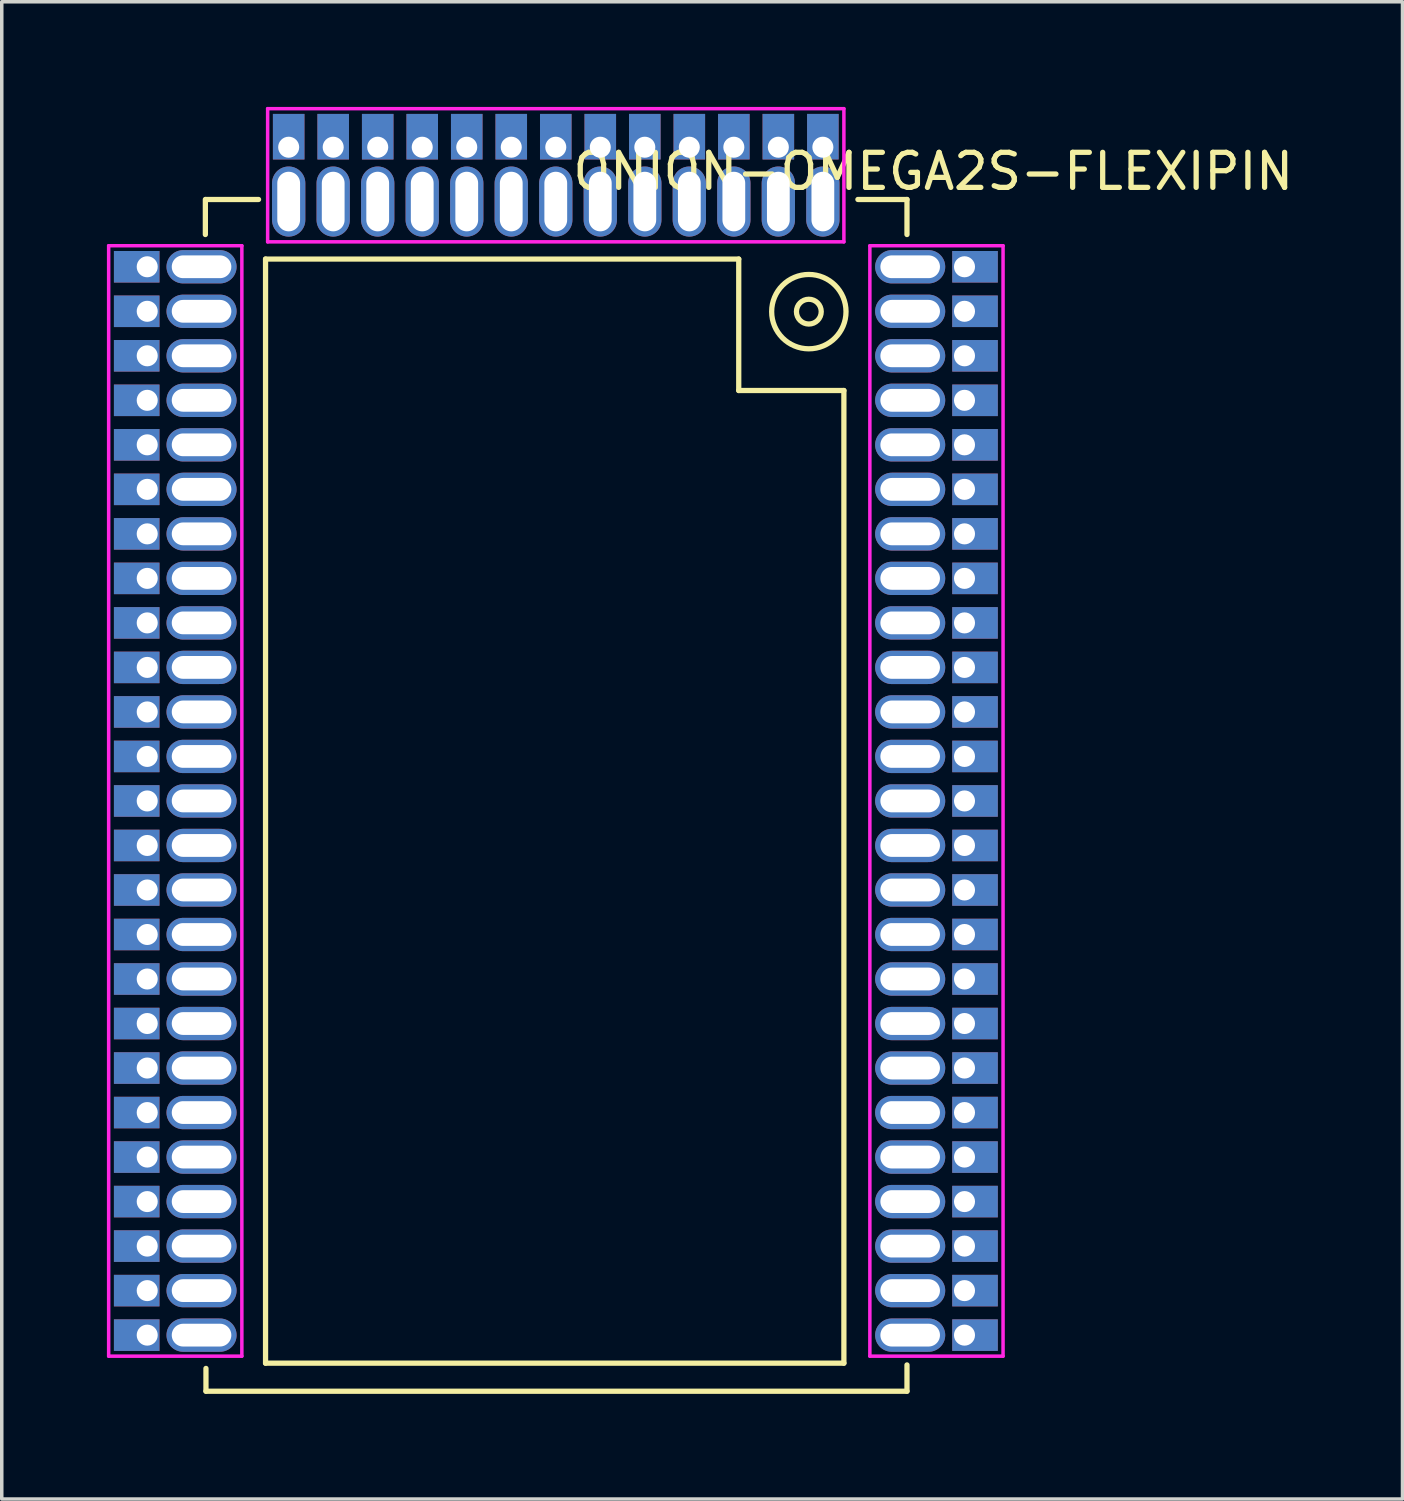
<source format=kicad_pcb>
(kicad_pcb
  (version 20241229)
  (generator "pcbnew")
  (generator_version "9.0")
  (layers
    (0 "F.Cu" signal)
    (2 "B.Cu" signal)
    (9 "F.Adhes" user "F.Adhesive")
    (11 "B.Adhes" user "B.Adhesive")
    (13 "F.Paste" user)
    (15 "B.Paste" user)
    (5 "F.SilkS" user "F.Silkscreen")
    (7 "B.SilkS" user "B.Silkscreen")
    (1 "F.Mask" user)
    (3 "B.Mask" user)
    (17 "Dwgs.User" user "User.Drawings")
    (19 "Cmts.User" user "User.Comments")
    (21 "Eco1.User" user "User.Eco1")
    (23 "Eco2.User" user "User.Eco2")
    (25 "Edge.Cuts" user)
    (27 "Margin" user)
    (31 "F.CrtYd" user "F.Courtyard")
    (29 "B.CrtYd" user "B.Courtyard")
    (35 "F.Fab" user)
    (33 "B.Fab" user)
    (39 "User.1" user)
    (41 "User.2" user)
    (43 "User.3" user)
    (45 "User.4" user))
  (footprint "ONION-OMEGA2S-FLEXIPIN"
    (layer "F.Cu")
    (at 1.146 4.561)
    (property "Reference" "ONION-OMEGA2S-FLEXIPIN" (at 22.43 -2.72 0) (layer "F.SilkS") (effects (font (size 1 1) (thickness 0.15))))
    (attr through_hole)
    (fp_line (start 1.663 -1.92) (end 1.663 -0.92) (stroke (width 0.15) (type solid)) (layer "F.SilkS"))
    (fp_line (start 1.68 -1.92) (end 3.18 -1.92) (stroke (width 0.15) (type solid)) (layer "F.SilkS"))
    (fp_line (start 1.68 32.08) (end 1.68 31.43) (stroke (width 0.15) (type solid)) (layer "F.SilkS"))
    (fp_line (start 1.68 32.08) (end 21.68 32.08) (stroke (width 0.15) (type solid)) (layer "F.SilkS"))
    (fp_line (start 3.38 -0.22) (end 3.38 31.28) (stroke (width 0.15) (type solid)) (layer "F.SilkS"))
    (fp_line (start 3.38 -0.22) (end 16.88 -0.22) (stroke (width 0.15) (type solid)) (layer "F.SilkS"))
    (fp_line (start 3.38 31.28) (end 19.88 31.28) (stroke (width 0.15) (type solid)) (layer "F.SilkS"))
    (fp_line (start 16.88 -0.22) (end 16.88 3.53) (stroke (width 0.15) (type solid)) (layer "F.SilkS"))
    (fp_line (start 19.88 3.53) (end 16.88 3.53) (stroke (width 0.15) (type solid)) (layer "F.SilkS"))
    (fp_line (start 19.88 31.28) (end 19.88 3.53) (stroke (width 0.15) (type solid)) (layer "F.SilkS"))
    (fp_line (start 21.68 -1.92) (end 20.28 -1.92) (stroke (width 0.15) (type solid)) (layer "F.SilkS"))
    (fp_line (start 21.68 -1.92) (end 21.68 -0.92) (stroke (width 0.15) (type solid)) (layer "F.SilkS"))
    (fp_line (start 21.68 32.08) (end 21.68 31.33) (stroke (width 0.15) (type solid)) (layer "F.SilkS"))
    (fp_circle (center 18.88 1.28) (end 19.13 1.03) (stroke (width 0.15) (type solid)) (fill no) (layer "F.SilkS"))
    (fp_circle (center 18.88 1.28) (end 19.63 0.53) (stroke (width 0.15) (type solid)) (fill no) (layer "F.SilkS"))
    (fp_line (start -1.096 -0.6) (end 2.704 -0.6) (stroke (width 0.1) (type solid)) (layer "F.CrtYd"))
    (fp_line (start -1.096 31.08) (end -1.096 -0.6) (stroke (width 0.1) (type solid)) (layer "F.CrtYd"))
    (fp_line (start 2.704 -0.6) (end 2.704 31.08) (stroke (width 0.1) (type solid)) (layer "F.CrtYd"))
    (fp_line (start 2.704 31.08) (end -1.096 31.08) (stroke (width 0.1) (type solid)) (layer "F.CrtYd"))
    (fp_line (start 3.44 -4.511) (end 19.88 -4.511) (stroke (width 0.1) (type solid)) (layer "F.CrtYd"))
    (fp_line (start 3.44 -0.711) (end 3.44 -4.511) (stroke (width 0.1) (type solid)) (layer "F.CrtYd"))
    (fp_line (start 19.88 -4.511) (end 19.88 -0.711) (stroke (width 0.1) (type solid)) (layer "F.CrtYd"))
    (fp_line (start 19.88 -0.711) (end 3.44 -0.711) (stroke (width 0.1) (type solid)) (layer "F.CrtYd"))
    (fp_line (start 20.621 -0.6) (end 20.621 31.08) (stroke (width 0.1) (type solid)) (layer "F.CrtYd"))
    (fp_line (start 20.621 31.08) (end 24.421 31.08) (stroke (width 0.1) (type solid)) (layer "F.CrtYd"))
    (fp_line (start 24.421 -0.6) (end 20.621 -0.6) (stroke (width 0.1) (type solid)) (layer "F.CrtYd"))
    (fp_line (start 24.421 31.08) (end 24.421 -0.6) (stroke (width 0.1) (type solid)) (layer "F.CrtYd"))
    (pad "" thru_hole oval (at 1.554 0) (size 2 0.95) (drill oval 1.7 0.65) (layers "*.Cu" "*.Mask"))
    (pad "" thru_hole oval (at 1.554 1.27) (size 2 0.95) (drill oval 1.7 0.65) (layers "*.Cu" "*.Mask"))
    (pad "" thru_hole oval (at 1.554 2.54) (size 2 0.95) (drill oval 1.7 0.65) (layers "*.Cu" "*.Mask"))
    (pad "" thru_hole oval (at 1.554 3.81) (size 2 0.95) (drill oval 1.7 0.65) (layers "*.Cu" "*.Mask"))
    (pad "" thru_hole oval (at 1.554 5.08) (size 2 0.95) (drill oval 1.7 0.65) (layers "*.Cu" "*.Mask"))
    (pad "" thru_hole oval (at 1.554 6.35) (size 2 0.95) (drill oval 1.7 0.65) (layers "*.Cu" "*.Mask"))
    (pad "" thru_hole oval (at 1.554 7.62) (size 2 0.95) (drill oval 1.7 0.65) (layers "*.Cu" "*.Mask"))
    (pad "" thru_hole oval (at 1.554 8.89) (size 2 0.95) (drill oval 1.7 0.65) (layers "*.Cu" "*.Mask"))
    (pad "" thru_hole oval (at 1.554 10.16) (size 2 0.95) (drill oval 1.7 0.65) (layers "*.Cu" "*.Mask"))
    (pad "" thru_hole oval (at 1.554 11.43) (size 2 0.95) (drill oval 1.7 0.65) (layers "*.Cu" "*.Mask"))
    (pad "" thru_hole oval (at 1.554 12.7) (size 2 0.95) (drill oval 1.7 0.65) (layers "*.Cu" "*.Mask"))
    (pad "" thru_hole oval (at 1.554 13.97) (size 2 0.95) (drill oval 1.7 0.65) (layers "*.Cu" "*.Mask"))
    (pad "" thru_hole oval (at 1.554 15.24) (size 2 0.95) (drill oval 1.7 0.65) (layers "*.Cu" "*.Mask"))
    (pad "" thru_hole oval (at 1.554 16.51) (size 2 0.95) (drill oval 1.7 0.65) (layers "*.Cu" "*.Mask"))
    (pad "" thru_hole oval (at 1.554 17.78) (size 2 0.95) (drill oval 1.7 0.65) (layers "*.Cu" "*.Mask"))
    (pad "" thru_hole oval (at 1.554 19.05) (size 2 0.95) (drill oval 1.7 0.65) (layers "*.Cu" "*.Mask"))
    (pad "" thru_hole oval (at 1.554 20.32) (size 2 0.95) (drill oval 1.7 0.65) (layers "*.Cu" "*.Mask"))
    (pad "" thru_hole oval (at 1.554 21.59) (size 2 0.95) (drill oval 1.7 0.65) (layers "*.Cu" "*.Mask"))
    (pad "" thru_hole oval (at 1.554 22.86) (size 2 0.95) (drill oval 1.7 0.65) (layers "*.Cu" "*.Mask"))
    (pad "" thru_hole oval (at 1.554 24.13) (size 2 0.95) (drill oval 1.7 0.65) (layers "*.Cu" "*.Mask"))
    (pad "" thru_hole oval (at 1.554 25.4) (size 2 0.95) (drill oval 1.7 0.65) (layers "*.Cu" "*.Mask"))
    (pad "" thru_hole oval (at 1.554 26.67) (size 2 0.95) (drill oval 1.7 0.65) (layers "*.Cu" "*.Mask"))
    (pad "" thru_hole oval (at 1.554 27.94) (size 2 0.95) (drill oval 1.7 0.65) (layers "*.Cu" "*.Mask"))
    (pad "" thru_hole oval (at 1.554 29.21) (size 2 0.95) (drill oval 1.7 0.65) (layers "*.Cu" "*.Mask"))
    (pad "" thru_hole oval (at 1.554 30.48) (size 2 0.95) (drill oval 1.7 0.65) (layers "*.Cu" "*.Mask"))
    (pad "" thru_hole oval (at 4.04 -1.861 270) (size 2 0.95) (drill oval 1.7 0.65) (layers "*.Cu" "*.Mask"))
    (pad "" thru_hole oval (at 5.31 -1.861 270) (size 2 0.95) (drill oval 1.7 0.65) (layers "*.Cu" "*.Mask"))
    (pad "" thru_hole oval (at 6.58 -1.861 270) (size 2 0.95) (drill oval 1.7 0.65) (layers "*.Cu" "*.Mask"))
    (pad "" thru_hole oval (at 7.85 -1.861 270) (size 2 0.95) (drill oval 1.7 0.65) (layers "*.Cu" "*.Mask"))
    (pad "" thru_hole oval (at 9.12 -1.861 270) (size 2 0.95) (drill oval 1.7 0.65) (layers "*.Cu" "*.Mask"))
    (pad "" thru_hole oval (at 10.39 -1.861 270) (size 2 0.95) (drill oval 1.7 0.65) (layers "*.Cu" "*.Mask"))
    (pad "" thru_hole oval (at 11.66 -1.861 270) (size 2 0.95) (drill oval 1.7 0.65) (layers "*.Cu" "*.Mask"))
    (pad "" thru_hole oval (at 12.93 -1.861 270) (size 2 0.95) (drill oval 1.7 0.65) (layers "*.Cu" "*.Mask"))
    (pad "" thru_hole oval (at 14.2 -1.861 270) (size 2 0.95) (drill oval 1.7 0.65) (layers "*.Cu" "*.Mask"))
    (pad "" thru_hole oval (at 15.47 -1.861 270) (size 2 0.95) (drill oval 1.7 0.65) (layers "*.Cu" "*.Mask"))
    (pad "" thru_hole oval (at 16.74 -1.861 270) (size 2 0.95) (drill oval 1.7 0.65) (layers "*.Cu" "*.Mask"))
    (pad "" thru_hole oval (at 18.01 -1.861 270) (size 2 0.95) (drill oval 1.7 0.65) (layers "*.Cu" "*.Mask"))
    (pad "" thru_hole oval (at 19.28 -1.861 270) (size 2 0.95) (drill oval 1.7 0.65) (layers "*.Cu" "*.Mask"))
    (pad "" thru_hole oval (at 21.771 0) (size 2 0.95) (drill oval 1.7 0.65) (layers "*.Cu" "*.Mask"))
    (pad "" thru_hole oval (at 21.771 1.27) (size 2 0.95) (drill oval 1.7 0.65) (layers "*.Cu" "*.Mask"))
    (pad "" thru_hole oval (at 21.771 2.54) (size 2 0.95) (drill oval 1.7 0.65) (layers "*.Cu" "*.Mask"))
    (pad "" thru_hole oval (at 21.771 3.81) (size 2 0.95) (drill oval 1.7 0.65) (layers "*.Cu" "*.Mask"))
    (pad "" thru_hole oval (at 21.771 5.08) (size 2 0.95) (drill oval 1.7 0.65) (layers "*.Cu" "*.Mask"))
    (pad "" thru_hole oval (at 21.771 6.35) (size 2 0.95) (drill oval 1.7 0.65) (layers "*.Cu" "*.Mask"))
    (pad "" thru_hole oval (at 21.771 7.62) (size 2 0.95) (drill oval 1.7 0.65) (layers "*.Cu" "*.Mask"))
    (pad "" thru_hole oval (at 21.771 8.89) (size 2 0.95) (drill oval 1.7 0.65) (layers "*.Cu" "*.Mask"))
    (pad "" thru_hole oval (at 21.771 10.16) (size 2 0.95) (drill oval 1.7 0.65) (layers "*.Cu" "*.Mask"))
    (pad "" thru_hole oval (at 21.771 11.43) (size 2 0.95) (drill oval 1.7 0.65) (layers "*.Cu" "*.Mask"))
    (pad "" thru_hole oval (at 21.771 12.7) (size 2 0.95) (drill oval 1.7 0.65) (layers "*.Cu" "*.Mask"))
    (pad "" thru_hole oval (at 21.771 13.97) (size 2 0.95) (drill oval 1.7 0.65) (layers "*.Cu" "*.Mask"))
    (pad "" thru_hole oval (at 21.771 15.24) (size 2 0.95) (drill oval 1.7 0.65) (layers "*.Cu" "*.Mask"))
    (pad "" thru_hole oval (at 21.771 16.51) (size 2 0.95) (drill oval 1.7 0.65) (layers "*.Cu" "*.Mask"))
    (pad "" thru_hole oval (at 21.771 17.78) (size 2 0.95) (drill oval 1.7 0.65) (layers "*.Cu" "*.Mask"))
    (pad "" thru_hole oval (at 21.771 19.05) (size 2 0.95) (drill oval 1.7 0.65) (layers "*.Cu" "*.Mask"))
    (pad "" thru_hole oval (at 21.771 20.32) (size 2 0.95) (drill oval 1.7 0.65) (layers "*.Cu" "*.Mask"))
    (pad "" thru_hole oval (at 21.771 21.59) (size 2 0.95) (drill oval 1.7 0.65) (layers "*.Cu" "*.Mask"))
    (pad "" thru_hole oval (at 21.771 22.86) (size 2 0.95) (drill oval 1.7 0.65) (layers "*.Cu" "*.Mask"))
    (pad "" thru_hole oval (at 21.771 24.13) (size 2 0.95) (drill oval 1.7 0.65) (layers "*.Cu" "*.Mask"))
    (pad "" thru_hole oval (at 21.771 25.4) (size 2 0.95) (drill oval 1.7 0.65) (layers "*.Cu" "*.Mask"))
    (pad "" thru_hole oval (at 21.771 26.67) (size 2 0.95) (drill oval 1.7 0.65) (layers "*.Cu" "*.Mask"))
    (pad "" thru_hole oval (at 21.771 27.94) (size 2 0.95) (drill oval 1.7 0.65) (layers "*.Cu" "*.Mask"))
    (pad "" thru_hole oval (at 21.771 29.21) (size 2 0.95) (drill oval 1.7 0.65) (layers "*.Cu" "*.Mask"))
    (pad "" thru_hole oval (at 21.771 30.48) (size 2 0.95) (drill oval 1.7 0.65) (layers "*.Cu" "*.Mask"))
    (pad "A1" thru_hole rect (at 19.28 -3.411 270) (size 1.3 0.9) (drill 0.6 (offset -0.3 0)) (layers "*.Cu" "*.Mask"))
    (pad "A2" thru_hole rect (at 18.01 -3.411 270) (size 1.3 0.9) (drill 0.6 (offset -0.3 0)) (layers "*.Cu" "*.Mask"))
    (pad "A3" thru_hole rect (at 16.74 -3.411 270) (size 1.3 0.9) (drill 0.6 (offset -0.3 0)) (layers "*.Cu" "*.Mask"))
    (pad "A4" thru_hole rect (at 15.47 -3.411 270) (size 1.3 0.9) (drill 0.6 (offset -0.3 0)) (layers "*.Cu" "*.Mask"))
    (pad "A5" thru_hole rect (at 14.2 -3.411 270) (size 1.3 0.9) (drill 0.6 (offset -0.3 0)) (layers "*.Cu" "*.Mask"))
    (pad "A6" thru_hole rect (at 12.93 -3.411 270) (size 1.3 0.9) (drill 0.6 (offset -0.3 0)) (layers "*.Cu" "*.Mask"))
    (pad "A7" thru_hole rect (at 11.66 -3.411 270) (size 1.3 0.9) (drill 0.6 (offset -0.3 0)) (layers "*.Cu" "*.Mask"))
    (pad "A8" thru_hole rect (at 10.39 -3.411 270) (size 1.3 0.9) (drill 0.6 (offset -0.3 0)) (layers "*.Cu" "*.Mask"))
    (pad "A9" thru_hole rect (at 9.12 -3.411 270) (size 1.3 0.9) (drill 0.6 (offset -0.3 0)) (layers "*.Cu" "*.Mask"))
    (pad "A10" thru_hole rect (at 7.85 -3.411 270) (size 1.3 0.9) (drill 0.6 (offset -0.3 0)) (layers "*.Cu" "*.Mask"))
    (pad "A11" thru_hole rect (at 6.58 -3.411 270) (size 1.3 0.9) (drill 0.6 (offset -0.3 0)) (layers "*.Cu" "*.Mask"))
    (pad "A12" thru_hole rect (at 5.31 -3.411 270) (size 1.3 0.9) (drill 0.6 (offset -0.3 0)) (layers "*.Cu" "*.Mask"))
    (pad "A13" thru_hole rect (at 4.04 -3.411 270) (size 1.3 0.9) (drill 0.6 (offset -0.3 0)) (layers "*.Cu" "*.Mask"))
    (pad "B1" thru_hole rect (at 0.004 0) (size 1.3 0.9) (drill 0.6 (offset -0.3 0)) (layers "*.Cu" "*.Mask"))
    (pad "B2" thru_hole rect (at 0.004 1.27) (size 1.3 0.9) (drill 0.6 (offset -0.3 0)) (layers "*.Cu" "*.Mask"))
    (pad "B3" thru_hole rect (at 0.004 2.54) (size 1.3 0.9) (drill 0.6 (offset -0.3 0)) (layers "*.Cu" "*.Mask"))
    (pad "B4" thru_hole rect (at 0.004 3.81) (size 1.3 0.9) (drill 0.6 (offset -0.3 0)) (layers "*.Cu" "*.Mask"))
    (pad "B5" thru_hole rect (at 0.004 5.08) (size 1.3 0.9) (drill 0.6 (offset -0.3 0)) (layers "*.Cu" "*.Mask"))
    (pad "B6" thru_hole rect (at 0.004 6.35) (size 1.3 0.9) (drill 0.6 (offset -0.3 0)) (layers "*.Cu" "*.Mask"))
    (pad "B7" thru_hole rect (at 0.004 7.62) (size 1.3 0.9) (drill 0.6 (offset -0.3 0)) (layers "*.Cu" "*.Mask"))
    (pad "B8" thru_hole rect (at 0.004 8.89) (size 1.3 0.9) (drill 0.6 (offset -0.3 0)) (layers "*.Cu" "*.Mask"))
    (pad "B9" thru_hole rect (at 0.004 10.16) (size 1.3 0.9) (drill 0.6 (offset -0.3 0)) (layers "*.Cu" "*.Mask"))
    (pad "B10" thru_hole rect (at 0.004 11.43) (size 1.3 0.9) (drill 0.6 (offset -0.3 0)) (layers "*.Cu" "*.Mask"))
    (pad "B11" thru_hole rect (at 0.004 12.7) (size 1.3 0.9) (drill 0.6 (offset -0.3 0)) (layers "*.Cu" "*.Mask"))
    (pad "B12" thru_hole rect (at 0.004 13.97) (size 1.3 0.9) (drill 0.6 (offset -0.3 0)) (layers "*.Cu" "*.Mask"))
    (pad "B13" thru_hole rect (at 0.004 15.24) (size 1.3 0.9) (drill 0.6 (offset -0.3 0)) (layers "*.Cu" "*.Mask"))
    (pad "B14" thru_hole rect (at 0.004 16.51) (size 1.3 0.9) (drill 0.6 (offset -0.3 0)) (layers "*.Cu" "*.Mask"))
    (pad "B15" thru_hole rect (at 0.004 17.78) (size 1.3 0.9) (drill 0.6 (offset -0.3 0)) (layers "*.Cu" "*.Mask"))
    (pad "B16" thru_hole rect (at 0.004 19.05) (size 1.3 0.9) (drill 0.6 (offset -0.3 0)) (layers "*.Cu" "*.Mask"))
    (pad "B17" thru_hole rect (at 0.004 20.32) (size 1.3 0.9) (drill 0.6 (offset -0.3 0)) (layers "*.Cu" "*.Mask"))
    (pad "B18" thru_hole rect (at 0.004 21.59) (size 1.3 0.9) (drill 0.6 (offset -0.3 0)) (layers "*.Cu" "*.Mask"))
    (pad "B19" thru_hole rect (at 0.004 22.86) (size 1.3 0.9) (drill 0.6 (offset -0.3 0)) (layers "*.Cu" "*.Mask"))
    (pad "B20" thru_hole rect (at 0.004 24.13) (size 1.3 0.9) (drill 0.6 (offset -0.3 0)) (layers "*.Cu" "*.Mask"))
    (pad "B21" thru_hole rect (at 0.004 25.4) (size 1.3 0.9) (drill 0.6 (offset -0.3 0)) (layers "*.Cu" "*.Mask"))
    (pad "B22" thru_hole rect (at 0.004 26.67) (size 1.3 0.9) (drill 0.6 (offset -0.3 0)) (layers "*.Cu" "*.Mask"))
    (pad "B23" thru_hole rect (at 0.004 27.94) (size 1.3 0.9) (drill 0.6 (offset -0.3 0)) (layers "*.Cu" "*.Mask"))
    (pad "B24" thru_hole rect (at 0.004 29.21) (size 1.3 0.9) (drill 0.6 (offset -0.3 0)) (layers "*.Cu" "*.Mask"))
    (pad "B25" thru_hole rect (at 0.004 30.48) (size 1.3 0.9) (drill 0.6 (offset -0.3 0)) (layers "*.Cu" "*.Mask"))
    (pad "C1" thru_hole rect (at 23.321 0) (size 1.3 0.9) (drill 0.6 (offset 0.3 0)) (layers "*.Cu" "*.Mask"))
    (pad "C2" thru_hole rect (at 23.321 1.27) (size 1.3 0.9) (drill 0.6 (offset 0.3 0)) (layers "*.Cu" "*.Mask"))
    (pad "C3" thru_hole rect (at 23.321 2.54) (size 1.3 0.9) (drill 0.6 (offset 0.3 0)) (layers "*.Cu" "*.Mask"))
    (pad "C4" thru_hole rect (at 23.321 3.81) (size 1.3 0.9) (drill 0.6 (offset 0.3 0)) (layers "*.Cu" "*.Mask"))
    (pad "C5" thru_hole rect (at 23.321 5.08) (size 1.3 0.9) (drill 0.6 (offset 0.3 0)) (layers "*.Cu" "*.Mask"))
    (pad "C6" thru_hole rect (at 23.321 6.35) (size 1.3 0.9) (drill 0.6 (offset 0.3 0)) (layers "*.Cu" "*.Mask"))
    (pad "C7" thru_hole rect (at 23.321 7.62) (size 1.3 0.9) (drill 0.6 (offset 0.3 0)) (layers "*.Cu" "*.Mask"))
    (pad "C8" thru_hole rect (at 23.321 8.89) (size 1.3 0.9) (drill 0.6 (offset 0.3 0)) (layers "*.Cu" "*.Mask"))
    (pad "C9" thru_hole rect (at 23.321 10.16) (size 1.3 0.9) (drill 0.6 (offset 0.3 0)) (layers "*.Cu" "*.Mask"))
    (pad "C10" thru_hole rect (at 23.321 11.43) (size 1.3 0.9) (drill 0.6 (offset 0.3 0)) (layers "*.Cu" "*.Mask"))
    (pad "C11" thru_hole rect (at 23.321 12.7) (size 1.3 0.9) (drill 0.6 (offset 0.3 0)) (layers "*.Cu" "*.Mask"))
    (pad "C12" thru_hole rect (at 23.321 13.97) (size 1.3 0.9) (drill 0.6 (offset 0.3 0)) (layers "*.Cu" "*.Mask"))
    (pad "C13" thru_hole rect (at 23.321 15.24) (size 1.3 0.9) (drill 0.6 (offset 0.3 0)) (layers "*.Cu" "*.Mask"))
    (pad "C14" thru_hole rect (at 23.321 16.51) (size 1.3 0.9) (drill 0.6 (offset 0.3 0)) (layers "*.Cu" "*.Mask"))
    (pad "C15" thru_hole rect (at 23.321 17.78) (size 1.3 0.9) (drill 0.6 (offset 0.3 0)) (layers "*.Cu" "*.Mask"))
    (pad "C16" thru_hole rect (at 23.321 19.05) (size 1.3 0.9) (drill 0.6 (offset 0.3 0)) (layers "*.Cu" "*.Mask"))
    (pad "C17" thru_hole rect (at 23.321 20.32) (size 1.3 0.9) (drill 0.6 (offset 0.3 0)) (layers "*.Cu" "*.Mask"))
    (pad "C18" thru_hole rect (at 23.321 21.59) (size 1.3 0.9) (drill 0.6 (offset 0.3 0)) (layers "*.Cu" "*.Mask"))
    (pad "C19" thru_hole rect (at 23.321 22.86) (size 1.3 0.9) (drill 0.6 (offset 0.3 0)) (layers "*.Cu" "*.Mask"))
    (pad "C20" thru_hole rect (at 23.321 24.13) (size 1.3 0.9) (drill 0.6 (offset 0.3 0)) (layers "*.Cu" "*.Mask"))
    (pad "C21" thru_hole rect (at 23.321 25.4) (size 1.3 0.9) (drill 0.6 (offset 0.3 0)) (layers "*.Cu" "*.Mask"))
    (pad "C22" thru_hole rect (at 23.321 26.67) (size 1.3 0.9) (drill 0.6 (offset 0.3 0)) (layers "*.Cu" "*.Mask"))
    (pad "C23" thru_hole rect (at 23.321 27.94) (size 1.3 0.9) (drill 0.6 (offset 0.3 0)) (layers "*.Cu" "*.Mask"))
    (pad "C24" thru_hole rect (at 23.321 29.21) (size 1.3 0.9) (drill 0.6 (offset 0.3 0)) (layers "*.Cu" "*.Mask"))
    (pad "C25" thru_hole rect (at 23.321 30.48) (size 1.3 0.9) (drill 0.6 (offset 0.3 0)) (layers "*.Cu" "*.Mask")))
  (gr_rect
    (start -3 -3)
    (end 36.963 39.716)
    (stroke (width 0.1) (type default))
    (fill no)
    (layer "Edge.Cuts")))
</source>
